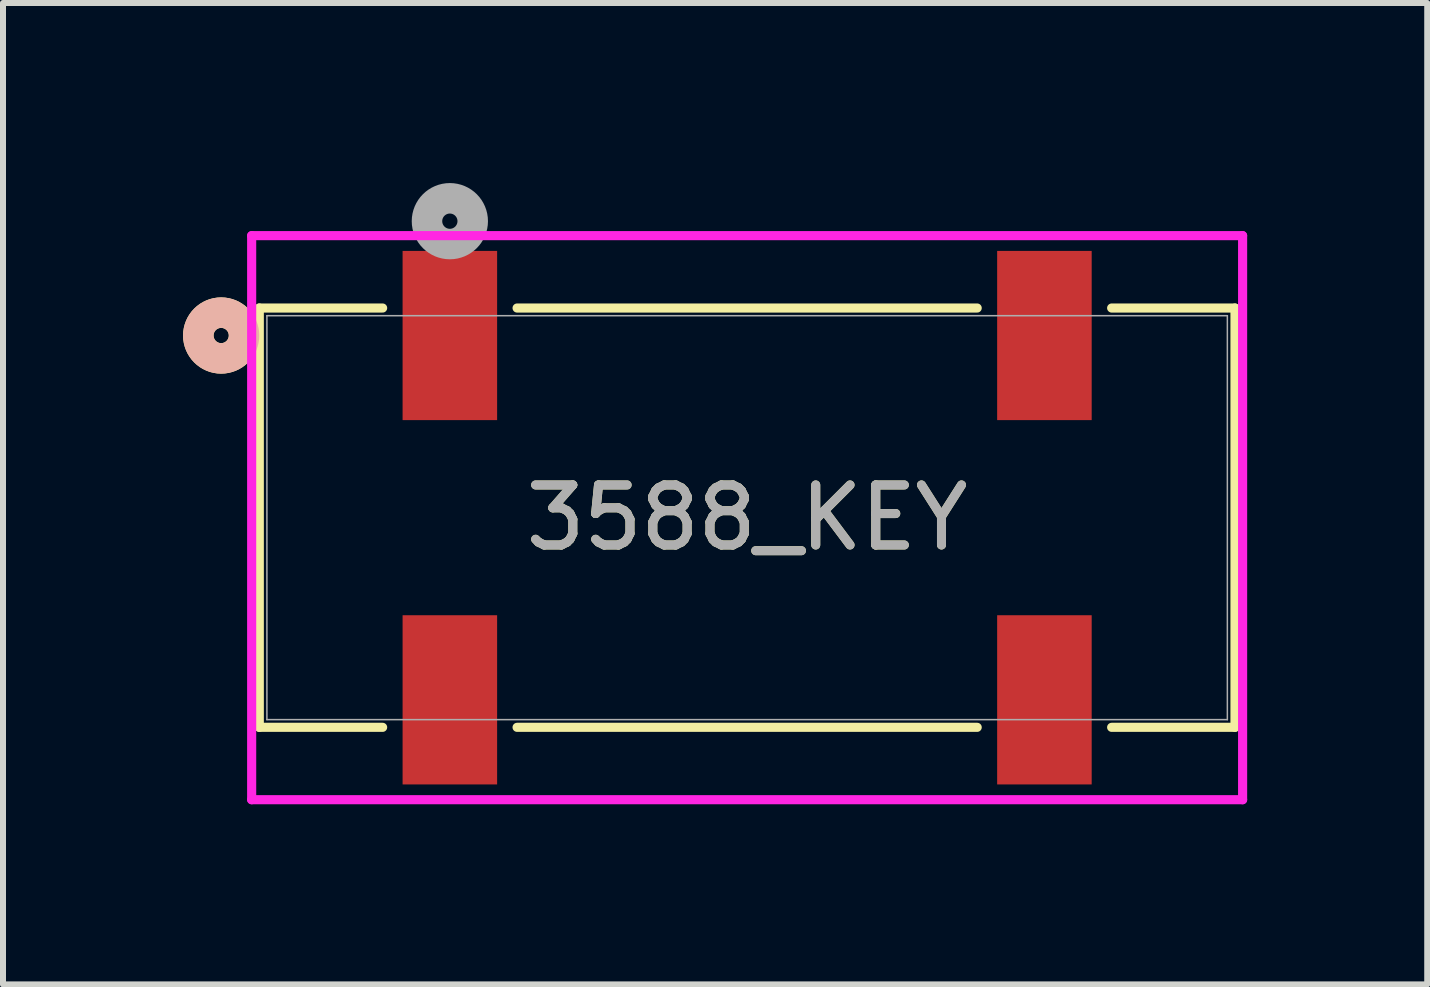
<source format=kicad_pcb>
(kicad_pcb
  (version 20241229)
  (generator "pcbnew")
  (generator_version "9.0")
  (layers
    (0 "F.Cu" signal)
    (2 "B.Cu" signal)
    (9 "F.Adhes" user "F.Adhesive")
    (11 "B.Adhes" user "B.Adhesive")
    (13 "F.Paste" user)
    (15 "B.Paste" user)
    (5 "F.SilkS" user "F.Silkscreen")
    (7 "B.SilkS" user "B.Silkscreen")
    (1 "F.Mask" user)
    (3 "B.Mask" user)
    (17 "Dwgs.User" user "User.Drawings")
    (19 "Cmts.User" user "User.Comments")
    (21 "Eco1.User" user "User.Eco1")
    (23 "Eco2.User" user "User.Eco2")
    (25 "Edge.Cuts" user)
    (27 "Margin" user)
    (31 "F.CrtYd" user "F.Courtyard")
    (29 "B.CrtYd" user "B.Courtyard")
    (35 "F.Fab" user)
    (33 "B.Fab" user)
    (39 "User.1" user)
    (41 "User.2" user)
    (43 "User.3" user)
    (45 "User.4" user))
  (footprint "3588_KEY"
    (layer "F.Cu")
    (at 9.398 5.575)
    (property "Reference" "3588_KEY" (at 0 0 0) (unlocked yes) (layer "F.SilkS") (effects (font (size 1 1) (thickness 0.15))))
    (attr smd)
    (fp_line (start -8.128 -3.493) (end -8.128 3.493) (stroke (width 0.152) (type solid)) (layer "F.SilkS"))
    (fp_line (start -8.128 3.493) (end -6.073 3.493) (stroke (width 0.152) (type solid)) (layer "F.SilkS"))
    (fp_line (start -6.073 -3.493) (end -8.128 -3.493) (stroke (width 0.152) (type solid)) (layer "F.SilkS"))
    (fp_line (start -3.833 3.493) (end 3.833 3.493) (stroke (width 0.152) (type solid)) (layer "F.SilkS"))
    (fp_line (start 3.833 -3.493) (end -3.833 -3.493) (stroke (width 0.152) (type solid)) (layer "F.SilkS"))
    (fp_line (start 6.073 3.493) (end 8.128 3.493) (stroke (width 0.152) (type solid)) (layer "F.SilkS"))
    (fp_line (start 8.128 -3.493) (end 6.073 -3.493) (stroke (width 0.152) (type solid)) (layer "F.SilkS"))
    (fp_line (start 8.128 3.493) (end 8.128 -3.493) (stroke (width 0.152) (type solid)) (layer "F.SilkS"))
    (fp_circle (center -8.763 -3.035) (end -8.382 -3.035) (stroke (width 0.508) (type solid)) (fill no) (layer "F.SilkS"))
    (fp_circle (center -8.763 -3.035) (end -8.382 -3.035) (stroke (width 0.508) (type solid)) (fill no) (layer "B.SilkS"))
    (fp_line (start -8.255 -4.699) (end -8.255 4.699) (stroke (width 0.152) (type solid)) (layer "F.CrtYd"))
    (fp_line (start -8.255 4.699) (end 8.255 4.699) (stroke (width 0.152) (type solid)) (layer "F.CrtYd"))
    (fp_line (start 8.255 -4.699) (end -8.255 -4.699) (stroke (width 0.152) (type solid)) (layer "F.CrtYd"))
    (fp_line (start 8.255 4.699) (end 8.255 -4.699) (stroke (width 0.152) (type solid)) (layer "F.CrtYd"))
    (fp_line (start -8.001 -3.365) (end -8.001 3.365) (stroke (width 0.025) (type solid)) (layer "F.Fab"))
    (fp_line (start -8.001 3.365) (end 8.001 3.365) (stroke (width 0.025) (type solid)) (layer "F.Fab"))
    (fp_line (start 8.001 -3.365) (end -8.001 -3.365) (stroke (width 0.025) (type solid)) (layer "F.Fab"))
    (fp_line (start 8.001 3.365) (end 8.001 -3.365) (stroke (width 0.025) (type solid)) (layer "F.Fab"))
    (fp_circle (center -4.953 -4.94) (end -4.572 -4.94) (stroke (width 0.508) (type solid)) (fill no) (layer "F.Fab"))
    (fp_text user "${REFERENCE}" (at 0 0 0) (unlocked yes) (layer "F.Fab") (effects (font (size 1 1) (thickness 0.15))))
    (pad "1" smd rect (at -4.953 -3.035) (size 1.575 2.819) (layers "F.Cu" "F.Mask" "F.Paste"))
    (pad "1" smd rect (at -4.953 3.035) (size 1.575 2.819) (layers "F.Cu" "F.Mask" "F.Paste"))
    (pad "2" smd rect (at 4.953 -3.035) (size 1.575 2.819) (layers "F.Cu" "F.Mask" "F.Paste"))
    (pad "2" smd rect (at 4.953 3.035) (size 1.575 2.819) (layers "F.Cu" "F.Mask" "F.Paste")))
  (gr_rect
    (start -3 -3)
    (end 20.729 13.351)
    (stroke (width 0.1) (type default))
    (fill no)
    (layer "Edge.Cuts")))
</source>
